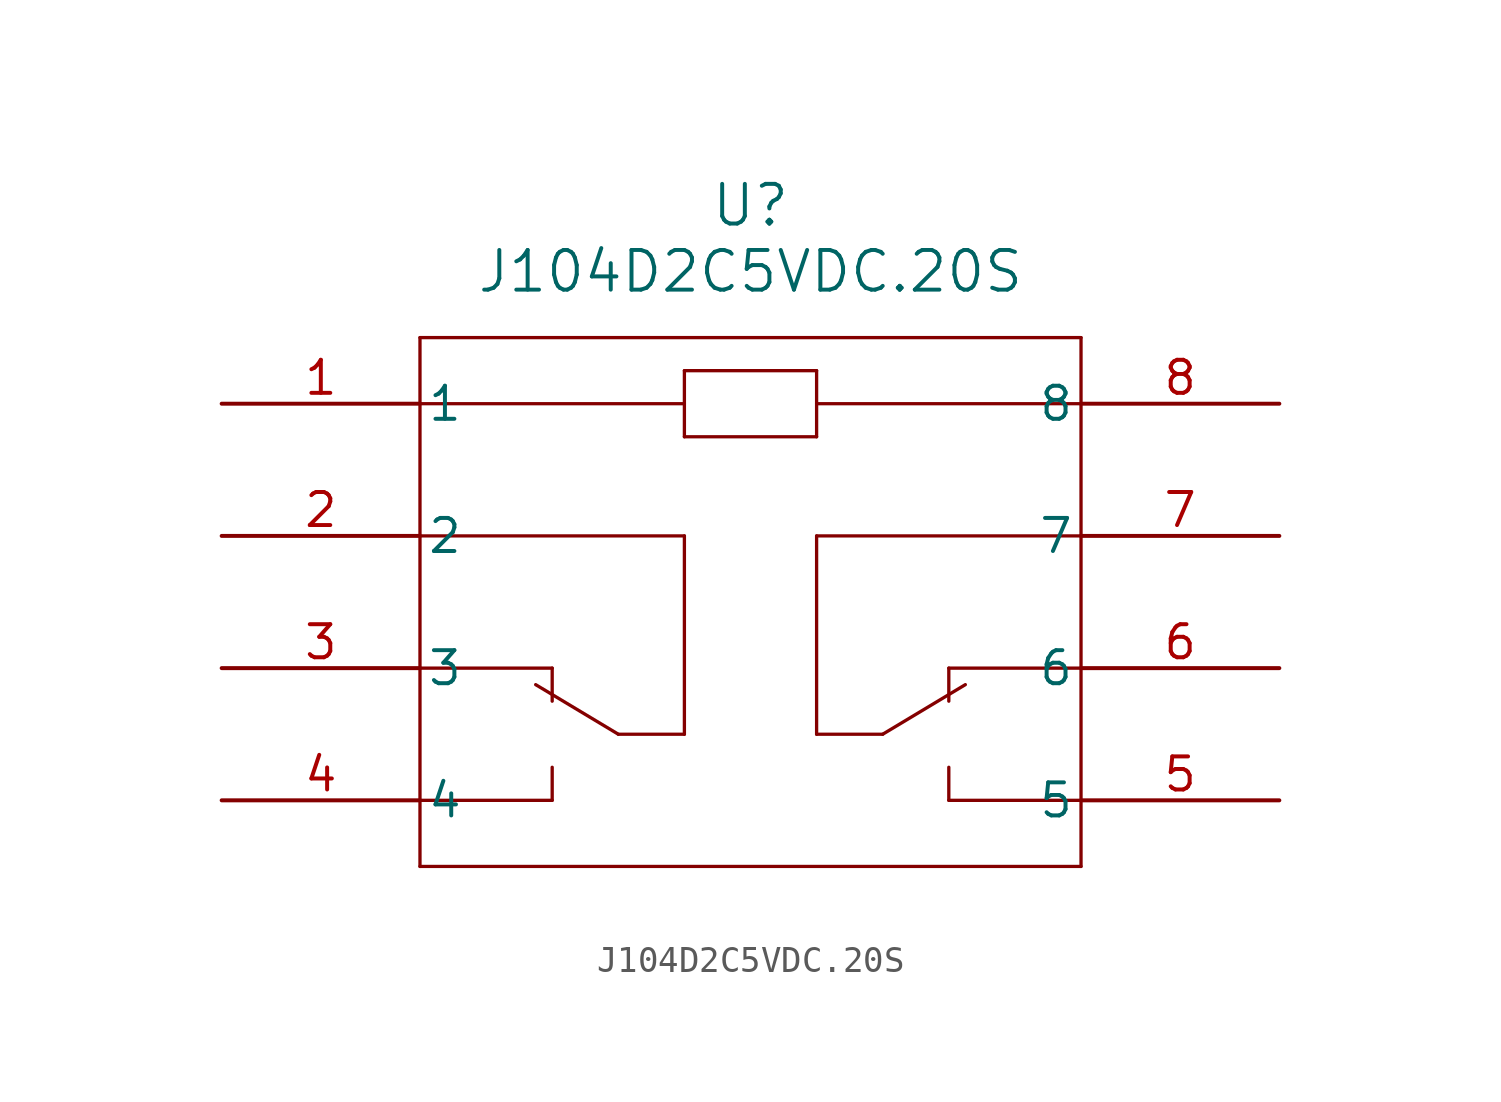
<source format=kicad_sym>
(kicad_symbol_lib
  (version 20231120)
  (generator "kicad_symbol_editor")
  (generator_version "8.0")
  (symbol "J104D2C5VDC.20S"
    (pin_names
      (offset 0.254))
    (property "Reference" "U"
      (at 20.32 10.16 0)
      (effects (font (size 1.524 1.524))))
    (property "Value" "J104D2C5VDC.20S"
      (at 20.32 7.62 0)
      (effects (font (size 1.524 1.524))))
    (property "ki_locked" ""
      (at 0 0 0)
      (effects (font (size 1.27 1.27))))
    (symbol "J104D2C5VDC.20S_0_1"
      (polyline (pts (xy 7.62 -15.24) (xy 33.02 -15.24)) (stroke (width 0.127) (type default)) (fill (type none)))
      (polyline (pts (xy 7.62 -12.7) (xy 12.7 -12.7)) (stroke (width 0.127) (type default)) (fill (type none)))
      (polyline (pts (xy 7.62 -7.62) (xy 12.7 -7.62)) (stroke (width 0.127) (type default)) (fill (type none)))
      (polyline (pts (xy 7.62 -2.54) (xy 17.78 -2.54)) (stroke (width 0.127) (type default)) (fill (type none)))
      (polyline (pts (xy 7.62 2.54) (xy 17.78 2.54)) (stroke (width 0.127) (type default)) (fill (type none)))
      (polyline (pts (xy 7.62 5.08) (xy 7.62 -15.24)) (stroke (width 0.127) (type default)) (fill (type none)))
      (polyline (pts (xy 12.7 -11.43) (xy 12.7 -12.7)) (stroke (width 0.127) (type default)) (fill (type none)))
      (polyline (pts (xy 12.7 -7.62) (xy 12.7 -8.89)) (stroke (width 0.127) (type default)) (fill (type none)))
      (polyline (pts (xy 15.24 -10.16) (xy 12.065 -8.255)) (stroke (width 0.127) (type default)) (fill (type none)))
      (polyline (pts (xy 17.78 -10.16) (xy 15.24 -10.16)) (stroke (width 0.127) (type default)) (fill (type none)))
      (polyline (pts (xy 17.78 -2.54) (xy 17.78 -10.16)) (stroke (width 0.127) (type default)) (fill (type none)))
      (polyline (pts (xy 17.78 1.27) (xy 22.86 1.27)) (stroke (width 0.127) (type default)) (fill (type none)))
      (polyline (pts (xy 17.78 3.81) (xy 17.78 1.27)) (stroke (width 0.127) (type default)) (fill (type none)))
      (polyline (pts (xy 22.86 -10.16) (xy 25.4 -10.16)) (stroke (width 0.127) (type default)) (fill (type none)))
      (polyline (pts (xy 22.86 -2.54) (xy 22.86 -10.16)) (stroke (width 0.127) (type default)) (fill (type none)))
      (polyline (pts (xy 22.86 -2.54) (xy 33.02 -2.54)) (stroke (width 0.127) (type default)) (fill (type none)))
      (polyline (pts (xy 22.86 1.27) (xy 22.86 3.81)) (stroke (width 0.127) (type default)) (fill (type none)))
      (polyline (pts (xy 22.86 2.54) (xy 33.02 2.54)) (stroke (width 0.127) (type default)) (fill (type none)))
      (polyline (pts (xy 22.86 3.81) (xy 17.78 3.81)) (stroke (width 0.127) (type default)) (fill (type none)))
      (polyline (pts (xy 25.4 -10.16) (xy 28.575 -8.255)) (stroke (width 0.127) (type default)) (fill (type none)))
      (polyline (pts (xy 27.94 -12.7) (xy 33.02 -12.7)) (stroke (width 0.127) (type default)) (fill (type none)))
      (polyline (pts (xy 27.94 -11.43) (xy 27.94 -12.7)) (stroke (width 0.127) (type default)) (fill (type none)))
      (polyline (pts (xy 27.94 -7.62) (xy 27.94 -8.89)) (stroke (width 0.127) (type default)) (fill (type none)))
      (polyline (pts (xy 33.02 -15.24) (xy 33.02 5.08)) (stroke (width 0.127) (type default)) (fill (type none)))
      (polyline (pts (xy 33.02 -7.62) (xy 27.94 -7.62)) (stroke (width 0.127) (type default)) (fill (type none)))
      (polyline (pts (xy 33.02 5.08) (xy 7.62 5.08)) (stroke (width 0.127) (type default)) (fill (type none)))
      (pin unspecified line (at 0 2.54 0) (length 7.62) (name "1" (effects (font (size 1.27 1.27)))) (number "1" (effects (font (size 1.27 1.27)))))
      (pin unspecified line (at 0 -2.54 0) (length 7.62) (name "2" (effects (font (size 1.27 1.27)))) (number "2" (effects (font (size 1.27 1.27)))))
      (pin unspecified line (at 0 -7.62 0) (length 7.62) (name "3" (effects (font (size 1.27 1.27)))) (number "3" (effects (font (size 1.27 1.27)))))
      (pin unspecified line (at 0 -12.7 0) (length 7.62) (name "4" (effects (font (size 1.27 1.27)))) (number "4" (effects (font (size 1.27 1.27)))))
      (pin unspecified line (at 40.64 -12.7 180) (length 7.62) (name "5" (effects (font (size 1.27 1.27)))) (number "5" (effects (font (size 1.27 1.27)))))
      (pin unspecified line (at 40.64 -7.62 180) (length 7.62) (name "6" (effects (font (size 1.27 1.27)))) (number "6" (effects (font (size 1.27 1.27)))))
      (pin unspecified line (at 40.64 -2.54 180) (length 7.62) (name "7" (effects (font (size 1.27 1.27)))) (number "7" (effects (font (size 1.27 1.27)))))
      (pin unspecified line (at 40.64 2.54 180) (length 7.62) (name "8" (effects (font (size 1.27 1.27)))) (number "8" (effects (font (size 1.27 1.27))))))))
</source>
